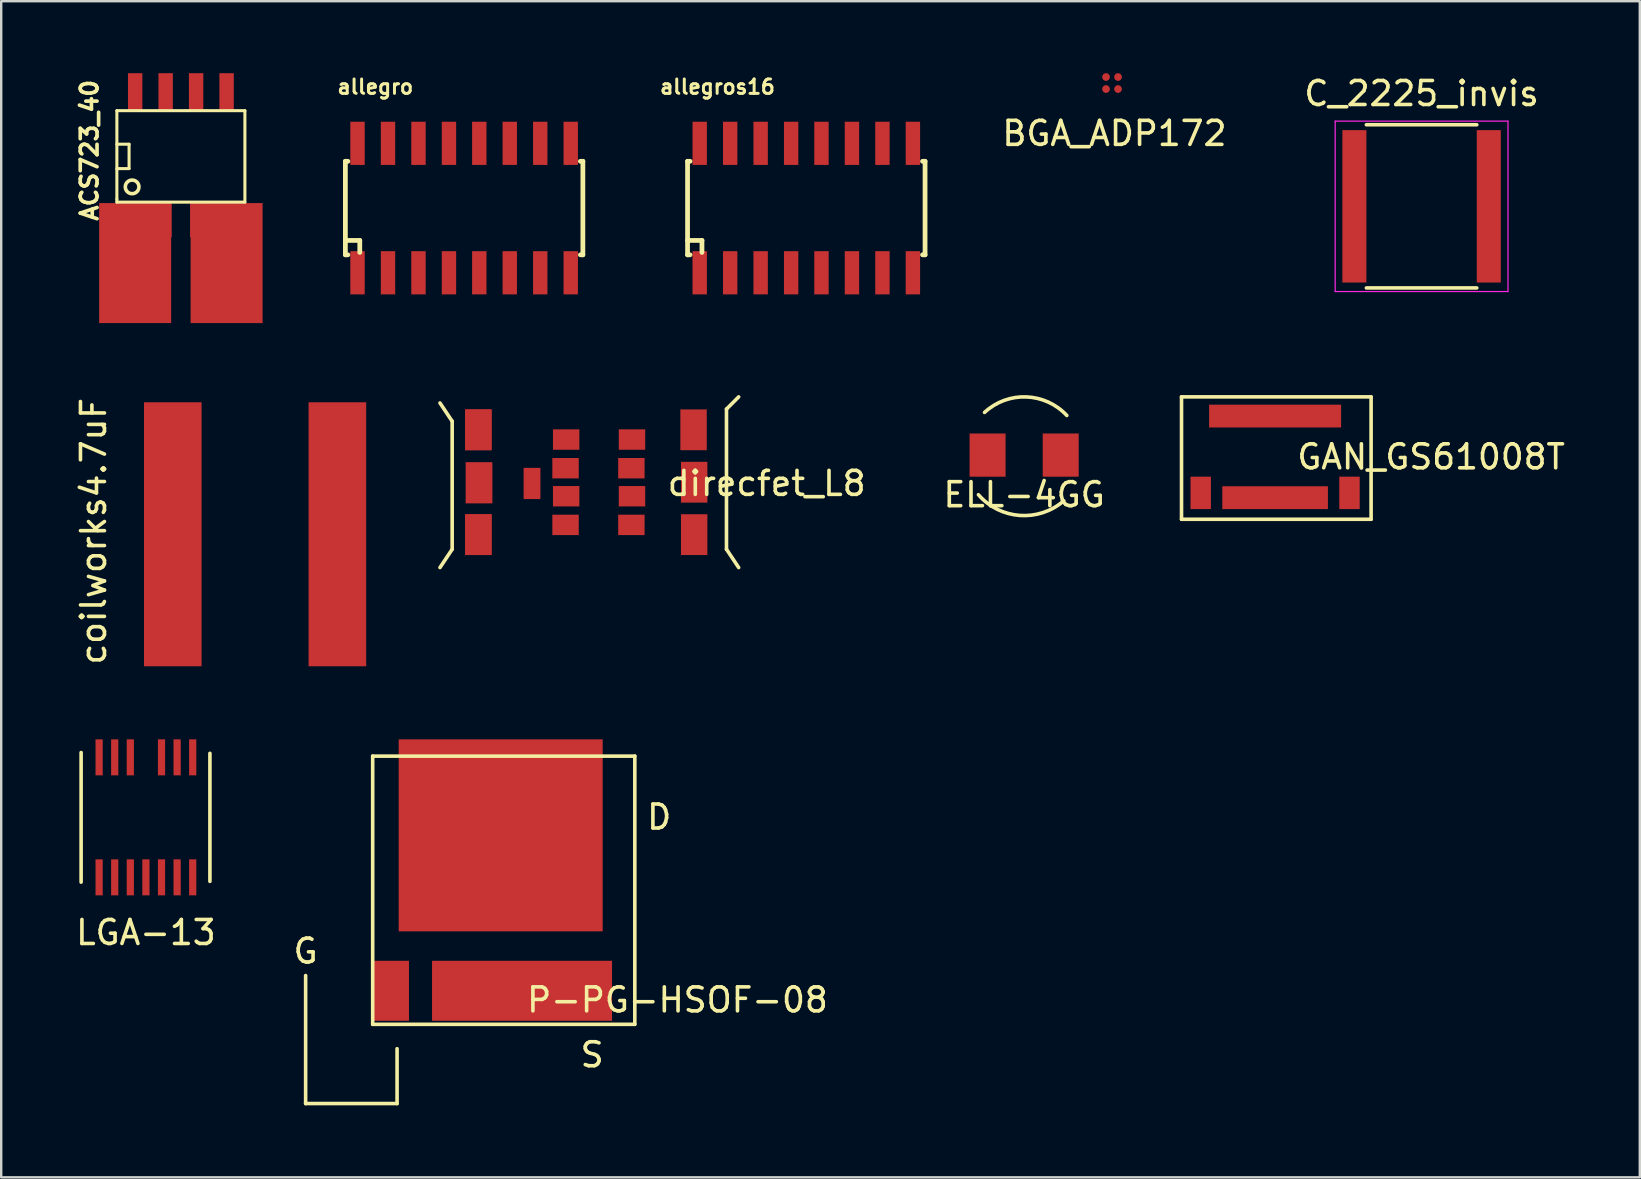
<source format=kicad_pcb>
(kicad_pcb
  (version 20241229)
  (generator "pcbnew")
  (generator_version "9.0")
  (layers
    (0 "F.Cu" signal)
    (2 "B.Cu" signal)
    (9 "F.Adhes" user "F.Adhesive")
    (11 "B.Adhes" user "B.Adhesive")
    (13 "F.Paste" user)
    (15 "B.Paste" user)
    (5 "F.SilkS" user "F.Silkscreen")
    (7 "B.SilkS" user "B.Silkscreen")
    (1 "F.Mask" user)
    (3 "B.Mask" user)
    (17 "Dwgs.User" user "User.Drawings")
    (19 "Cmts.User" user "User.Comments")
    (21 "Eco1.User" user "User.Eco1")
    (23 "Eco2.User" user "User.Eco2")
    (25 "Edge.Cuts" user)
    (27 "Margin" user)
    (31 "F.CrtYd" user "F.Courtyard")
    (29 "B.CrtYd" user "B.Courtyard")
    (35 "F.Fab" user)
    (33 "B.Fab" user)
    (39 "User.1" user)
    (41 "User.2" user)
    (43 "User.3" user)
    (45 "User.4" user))
  (footprint "ACS723_40"
    (layer "F.Cu")
    (at 4.487 3.467)
    (property "Reference" "ACS723_40" (at -3.81 -0.254 90) (layer "F.SilkS") (effects (font (size 0.7 0.7) (thickness 0.152))))
    (attr smd)
    (fp_line (start -2.667 -1.905) (end -2.667 1.778) (stroke (width 0.127) (type solid)) (layer "F.SilkS"))
    (fp_line (start -2.667 -0.508) (end -2.159 -0.508) (stroke (width 0.127) (type solid)) (layer "F.SilkS"))
    (fp_line (start -2.667 1.778) (end -2.667 1.905) (stroke (width 0.127) (type solid)) (layer "F.SilkS"))
    (fp_line (start -2.667 1.905) (end 2.667 1.905) (stroke (width 0.127) (type solid)) (layer "F.SilkS"))
    (fp_line (start -2.159 -0.508) (end -2.159 0.508) (stroke (width 0.127) (type solid)) (layer "F.SilkS"))
    (fp_line (start -2.159 0.508) (end -2.667 0.508) (stroke (width 0.127) (type solid)) (layer "F.SilkS"))
    (fp_line (start 2.667 -1.905) (end -2.667 -1.905) (stroke (width 0.127) (type solid)) (layer "F.SilkS"))
    (fp_line (start 2.667 -1.905) (end 2.667 1.905) (stroke (width 0.127) (type solid)) (layer "F.SilkS"))
    (fp_circle (center -2.032 1.27) (end -1.778 1.143) (stroke (width 0.15) (type solid)) (fill no) (layer "F.SilkS"))
    (pad "1" smd rect (at -1.905 4.445) (size 3 5) (layers "F.Cu" "F.Mask" "F.Paste"))
    (pad "2" smd rect (at -0.635 2.667) (size 0.5 1.4) (layers "F.Cu" "F.Mask" "F.Paste"))
    (pad "3" smd rect (at 0.635 2.667) (size 0.5 1.4) (layers "F.Cu" "F.Mask" "F.Paste"))
    (pad "4" smd rect (at 1.905 4.445) (size 3 5) (layers "F.Cu" "F.Mask" "F.Paste"))
    (pad "5" smd rect (at 1.905 -2.667) (size 0.599 1.6) (layers "F.Cu" "F.Mask" "F.Paste"))
    (pad "6" smd rect (at 0.635 -2.667) (size 0.599 1.6) (layers "F.Cu" "F.Mask" "F.Paste"))
    (pad "7" smd rect (at -0.635 -2.667) (size 0.599 1.6) (layers "F.Cu" "F.Mask" "F.Paste"))
    (pad "8" smd rect (at -1.905 -2.667) (size 0.599 1.6) (layers "F.Cu" "F.Mask" "F.Paste")))
  (footprint "P-PG-HSOF-08"
    (layer "F.Cu")
    (at 17.813 34.043)
    (property "Reference" "P-PG-HSOF-08" (at 7.366 4.572 0) (layer "F.SilkS") (effects (font (size 1 1) (thickness 0.15))))
    (attr through_hole)
    (fp_line (start -8.128 8.89) (end -8.128 3.556) (stroke (width 0.15) (type solid)) (layer "F.SilkS"))
    (fp_line (start -5.334 -5.588) (end 5.588 -5.588) (stroke (width 0.15) (type solid)) (layer "F.SilkS"))
    (fp_line (start -5.334 5.588) (end -5.334 -5.588) (stroke (width 0.15) (type solid)) (layer "F.SilkS"))
    (fp_line (start -4.318 6.604) (end -4.318 8.89) (stroke (width 0.15) (type solid)) (layer "F.SilkS"))
    (fp_line (start -4.318 8.89) (end -8.128 8.89) (stroke (width 0.15) (type solid)) (layer "F.SilkS"))
    (fp_line (start 5.588 -5.588) (end 5.588 5.588) (stroke (width 0.15) (type solid)) (layer "F.SilkS"))
    (fp_line (start 5.588 5.588) (end -5.334 5.588) (stroke (width 0.15) (type solid)) (layer "F.SilkS"))
    (fp_text user "D" (at 6.604 -3.048 0) (layer "F.SilkS") (effects (font (size 1 1) (thickness 0.15))))
    (fp_text user "S" (at 3.81 6.858 0) (layer "F.SilkS") (effects (font (size 1 1) (thickness 0.15))))
    (fp_text user "G" (at -8.128 2.54 0) (layer "F.SilkS") (effects (font (size 1 1) (thickness 0.15))))
    (pad "1" smd rect (at 0 -2.286) (size 8.5 8) (layers "F.Cu" "F.Mask" "F.Paste"))
    (pad "2" smd rect (at 0.889 4.191) (size 7.5 2.5) (layers "F.Cu" "F.Mask" "F.Paste"))
    (pad "3" smd rect (at -4.572 4.191) (size 1.5 2.5) (layers "F.Cu" "F.Mask" "F.Paste")))
  (footprint "C_2225_invis"
    (layer "F.Cu")
    (at 56.184 5.548)
    (property "Reference" "C_2225_invis" (at 0 -4.7 0) (layer "F.SilkS") (effects (font (size 1 1) (thickness 0.15))))
    (attr smd)
    (fp_line (start -2.3 3.4) (end 2.3 3.4) (stroke (width 0.15) (type solid)) (layer "F.SilkS"))
    (fp_line (start 2.3 -3.4) (end -2.3 -3.4) (stroke (width 0.15) (type solid)) (layer "F.SilkS"))
    (fp_line (start -3.6 -3.55) (end -3.6 3.55) (stroke (width 0.05) (type solid)) (layer "F.CrtYd"))
    (fp_line (start -3.6 -3.55) (end 3.6 -3.55) (stroke (width 0.05) (type solid)) (layer "F.CrtYd"))
    (fp_line (start -3.6 3.55) (end 3.6 3.55) (stroke (width 0.05) (type solid)) (layer "F.CrtYd"))
    (fp_line (start 3.6 -3.55) (end 3.6 3.55) (stroke (width 0.05) (type solid)) (layer "F.CrtYd"))
    (pad "1" smd rect (at -2.8 0) (size 1 6.35) (layers "F.Cu" "F.Mask" "F.Paste"))
    (pad "2" smd rect (at 2.8 0) (size 1 6.35) (layers "F.Cu" "F.Mask" "F.Paste")))
  (footprint "LGA-13"
    (layer "F.Cu")
    (at 3.03 31.007)
    (property "Reference" "LGA-13" (at 0 4.8 0) (layer "F.SilkS") (effects (font (size 1 1) (thickness 0.15))))
    (attr through_hole)
    (fp_line (start -2.7 2.7) (end -2.7 -2.7) (stroke (width 0.15) (type solid)) (layer "F.SilkS"))
    (fp_line (start 2.667 -2.667) (end 2.667 2.667) (stroke (width 0.15) (type solid)) (layer "F.SilkS"))
    (pad "1" smd rect (at -1.95 2.5) (size 0.3 1.5) (layers "F.Cu" "F.Mask" "F.Paste"))
    (pad "2" smd rect (at -1.3 2.5) (size 0.3 1.5) (layers "F.Cu" "F.Mask" "F.Paste"))
    (pad "3" smd rect (at -0.65 2.5) (size 0.3 1.5) (layers "F.Cu" "F.Mask" "F.Paste"))
    (pad "4" smd rect (at 0 2.5) (size 0.3 1.5) (layers "F.Cu" "F.Mask" "F.Paste"))
    (pad "5" smd rect (at 0.65 2.5) (size 0.3 1.5) (layers "F.Cu" "F.Mask" "F.Paste"))
    (pad "6" smd rect (at 1.3 2.5) (size 0.3 1.5) (layers "F.Cu" "F.Mask" "F.Paste"))
    (pad "7" smd rect (at 1.95 2.5) (size 0.3 1.5) (layers "F.Cu" "F.Mask" "F.Paste"))
    (pad "8" smd rect (at 1.95 -2.5) (size 0.3 1.5) (layers "F.Cu" "F.Mask" "F.Paste"))
    (pad "9" smd rect (at 1.3 -2.5) (size 0.3 1.5) (layers "F.Cu" "F.Mask" "F.Paste"))
    (pad "10" smd rect (at 0.65 -2.5) (size 0.3 1.5) (layers "F.Cu" "F.Mask" "F.Paste"))
    (pad "11" smd rect (at -0.65 -2.5) (size 0.3 1.5) (layers "F.Cu" "F.Mask" "F.Paste"))
    (pad "12" smd rect (at -1.3 -2.5) (size 0.3 1.5) (layers "F.Cu" "F.Mask" "F.Paste"))
    (pad "13" smd rect (at -1.95 -2.5) (size 0.3 1.5) (layers "F.Cu" "F.Mask" "F.Paste")))
  (footprint "allegro"
    (layer "F.Cu")
    (at 16.289 5.619)
    (property "Reference" "allegro" (at -3.701 -5.05 0) (layer "F.SilkS") (effects (font (size 0.599 0.599) (thickness 0.124))))
    (attr through_hole)
    (fp_line (start -4.948 -1.948) (end -4.948 1.948) (stroke (width 0.198) (type solid)) (layer "F.SilkS"))
    (fp_line (start -4.948 -1.948) (end -4.844 -1.948) (stroke (width 0.198) (type solid)) (layer "F.SilkS"))
    (fp_line (start -4.948 1.349) (end -4.348 1.349) (stroke (width 0.198) (type solid)) (layer "F.SilkS"))
    (fp_line (start -4.948 1.948) (end -4.844 1.948) (stroke (width 0.198) (type solid)) (layer "F.SilkS"))
    (fp_line (start -4.348 1.349) (end -4.348 1.849) (stroke (width 0.198) (type solid)) (layer "F.SilkS"))
    (fp_line (start 4.844 -1.948) (end 4.948 -1.948) (stroke (width 0.198) (type solid)) (layer "F.SilkS"))
    (fp_line (start 4.844 1.948) (end 4.948 1.948) (stroke (width 0.198) (type solid)) (layer "F.SilkS"))
    (fp_line (start 4.948 -1.948) (end 4.948 1.948) (stroke (width 0.198) (type solid)) (layer "F.SilkS"))
    (pad "1" smd rect (at -4.442 2.697 180) (size 0.599 1.8) (layers "F.Cu" "F.Mask" "F.Paste"))
    (pad "2" smd rect (at -3.172 2.697 180) (size 0.599 1.8) (layers "F.Cu" "F.Mask" "F.Paste"))
    (pad "3" smd rect (at -1.902 2.697 180) (size 0.599 1.8) (layers "F.Cu" "F.Mask" "F.Paste"))
    (pad "4" smd rect (at -0.632 2.697 180) (size 0.599 1.8) (layers "F.Cu" "F.Mask" "F.Paste"))
    (pad "5" smd rect (at 0.632 2.697 180) (size 0.599 1.8) (layers "F.Cu" "F.Mask" "F.Paste"))
    (pad "6" smd rect (at 1.902 2.697 180) (size 0.599 1.8) (layers "F.Cu" "F.Mask" "F.Paste"))
    (pad "7" smd rect (at 3.172 2.697 180) (size 0.599 1.8) (layers "F.Cu" "F.Mask" "F.Paste"))
    (pad "8" smd rect (at 4.442 2.697 180) (size 0.599 1.8) (layers "F.Cu" "F.Mask" "F.Paste"))
    (pad "9" smd rect (at 4.442 -2.697) (size 0.599 1.8) (layers "F.Cu" "F.Mask" "F.Paste"))
    (pad "10" smd rect (at 3.172 -2.697) (size 0.599 1.8) (layers "F.Cu" "F.Mask" "F.Paste"))
    (pad "11" smd rect (at 1.902 -2.697) (size 0.599 1.8) (layers "F.Cu" "F.Mask" "F.Paste"))
    (pad "12" smd rect (at 0.632 -2.697) (size 0.599 1.8) (layers "F.Cu" "F.Mask" "F.Paste"))
    (pad "13" smd rect (at -0.632 -2.697) (size 0.599 1.8) (layers "F.Cu" "F.Mask" "F.Paste"))
    (pad "14" smd rect (at -1.902 -2.697) (size 0.599 1.8) (layers "F.Cu" "F.Mask" "F.Paste"))
    (pad "15" smd rect (at -3.172 -2.697) (size 0.599 1.8) (layers "F.Cu" "F.Mask" "F.Paste"))
    (pad "16" smd rect (at -4.442 -2.697) (size 0.599 1.8) (layers "F.Cu" "F.Mask" "F.Paste")))
  (footprint "coilworks4.7uF"
    (layer "F.Cu")
    (at 7.579 19.212)
    (property "Reference" "coilworks4.7uF" (at -6.731 -0.127 90) (layer "F.SilkS") (effects (font (size 1 1) (thickness 0.15))))
    (attr through_hole)
    (pad "1" smd rect (at 3.429 0) (size 2.4 11) (layers "F.Cu" "F.Mask" "F.Paste"))
    (pad "2" smd rect (at -3.429 0) (size 2.4 11) (layers "F.Cu" "F.Mask" "F.Paste")))
  (footprint "allegros16"
    (layer "F.Cu")
    (at 30.547 5.619)
    (property "Reference" "allegros16" (at -3.701 -5.05 0) (layer "F.SilkS") (effects (font (size 0.599 0.599) (thickness 0.124))))
    (attr through_hole)
    (fp_line (start -4.948 -1.948) (end -4.948 1.948) (stroke (width 0.198) (type solid)) (layer "F.SilkS"))
    (fp_line (start -4.948 -1.948) (end -4.844 -1.948) (stroke (width 0.198) (type solid)) (layer "F.SilkS"))
    (fp_line (start -4.948 1.349) (end -4.348 1.349) (stroke (width 0.198) (type solid)) (layer "F.SilkS"))
    (fp_line (start -4.948 1.948) (end -4.844 1.948) (stroke (width 0.198) (type solid)) (layer "F.SilkS"))
    (fp_line (start -4.348 1.349) (end -4.348 1.849) (stroke (width 0.198) (type solid)) (layer "F.SilkS"))
    (fp_line (start 4.844 -1.948) (end 4.948 -1.948) (stroke (width 0.198) (type solid)) (layer "F.SilkS"))
    (fp_line (start 4.844 1.948) (end 4.948 1.948) (stroke (width 0.198) (type solid)) (layer "F.SilkS"))
    (fp_line (start 4.948 -1.948) (end 4.948 1.948) (stroke (width 0.198) (type solid)) (layer "F.SilkS"))
    (pad "1" smd rect (at -4.442 2.697 180) (size 0.599 1.8) (layers "F.Cu" "F.Mask" "F.Paste"))
    (pad "2" smd rect (at -3.172 2.697 180) (size 0.599 1.8) (layers "F.Cu" "F.Mask" "F.Paste"))
    (pad "3" smd rect (at -1.902 2.697 180) (size 0.599 1.8) (layers "F.Cu" "F.Mask" "F.Paste"))
    (pad "4" smd rect (at -0.632 2.697 180) (size 0.599 1.8) (layers "F.Cu" "F.Mask" "F.Paste"))
    (pad "5" smd rect (at 0.632 2.697 180) (size 0.599 1.8) (layers "F.Cu" "F.Mask" "F.Paste"))
    (pad "6" smd rect (at 1.902 2.697 180) (size 0.599 1.8) (layers "F.Cu" "F.Mask" "F.Paste"))
    (pad "7" smd rect (at 3.172 2.697 180) (size 0.599 1.8) (layers "F.Cu" "F.Mask" "F.Paste"))
    (pad "8" smd rect (at 4.442 2.697 180) (size 0.599 1.8) (layers "F.Cu" "F.Mask" "F.Paste"))
    (pad "9" smd rect (at 4.442 -2.697) (size 0.599 1.8) (layers "F.Cu" "F.Mask" "F.Paste"))
    (pad "10" smd rect (at 3.172 -2.697) (size 0.599 1.8) (layers "F.Cu" "F.Mask" "F.Paste"))
    (pad "11" smd rect (at 1.902 -2.697) (size 0.599 1.8) (layers "F.Cu" "F.Mask" "F.Paste"))
    (pad "12" smd rect (at 0.632 -2.697) (size 0.599 1.8) (layers "F.Cu" "F.Mask" "F.Paste"))
    (pad "13" smd rect (at -0.632 -2.697) (size 0.599 1.8) (layers "F.Cu" "F.Mask" "F.Paste"))
    (pad "14" smd rect (at -1.902 -2.697) (size 0.599 1.8) (layers "F.Cu" "F.Mask" "F.Paste"))
    (pad "15" smd rect (at -3.172 -2.697) (size 0.599 1.8) (layers "F.Cu" "F.Mask" "F.Paste"))
    (pad "16" smd rect (at -4.442 -2.697) (size 0.599 1.8) (layers "F.Cu" "F.Mask" "F.Paste")))
  (footprint "direcfet_L8"
    (layer "F.Cu")
    (at 21.379 17.043)
    (property "Reference" "direcfet_L8" (at 7.518 0.051 0) (layer "F.SilkS") (effects (font (size 1 1) (thickness 0.15))))
    (attr through_hole)
    (fp_line (start -6.096 -3.302) (end -5.588 -2.54) (stroke (width 0.15) (type solid)) (layer "F.SilkS"))
    (fp_line (start -5.588 -2.54) (end -5.588 2.794) (stroke (width 0.15) (type solid)) (layer "F.SilkS"))
    (fp_line (start -5.588 2.794) (end -6.096 3.556) (stroke (width 0.15) (type solid)) (layer "F.SilkS"))
    (fp_line (start 5.842 -3.048) (end 6.35 -3.556) (stroke (width 0.15) (type solid)) (layer "F.SilkS"))
    (fp_line (start 5.842 2.794) (end 5.842 -3.048) (stroke (width 0.15) (type solid)) (layer "F.SilkS"))
    (fp_line (start 6.35 3.556) (end 5.842 2.794) (stroke (width 0.15) (type solid)) (layer "F.SilkS"))
    (pad "D" smd rect (at -4.496 -2.184) (size 1.1 1.7) (layers "F.Cu" "F.Mask" "F.Paste"))
    (pad "D" smd rect (at -4.496 -2.184) (size 1.1 1.7) (layers "F.Cu" "F.Mask" "F.Paste"))
    (pad "D" smd rect (at -4.496 2.184) (size 1.1 1.7) (layers "F.Cu" "F.Mask" "F.Paste"))
    (pad "D" smd rect (at -4.496 2.184) (size 1.1 1.7) (layers "F.Cu" "F.Mask" "F.Paste"))
    (pad "D" smd rect (at -4.47 0.025) (size 1.1 1.7) (layers "F.Cu" "F.Mask" "F.Paste"))
    (pad "D" smd rect (at -4.47 0.025) (size 1.1 1.7) (layers "F.Cu" "F.Mask" "F.Paste"))
    (pad "D" smd rect (at 4.47 -2.184) (size 1.1 1.7) (layers "F.Cu" "F.Mask" "F.Paste"))
    (pad "D" smd rect (at 4.496 0) (size 1.1 1.7) (layers "F.Cu" "F.Mask" "F.Paste"))
    (pad "D" smd rect (at 4.496 2.184) (size 1.1 1.7) (layers "F.Cu" "F.Mask" "F.Paste"))
    (pad "G" smd rect (at -2.261 0.051) (size 0.7 1.3) (layers "F.Cu" "F.Mask" "F.Paste"))
    (pad "S" smd rect (at -0.864 -0.584) (size 1.1 0.85) (layers "F.Cu" "F.Mask" "F.Paste"))
    (pad "S" smd rect (at -0.864 1.778) (size 1.1 0.85) (layers "F.Cu" "F.Mask" "F.Paste"))
    (pad "S" smd rect (at -0.838 -1.778) (size 1.1 0.85) (layers "F.Cu" "F.Mask" "F.Paste"))
    (pad "S" smd rect (at -0.838 0.584) (size 1.1 0.85) (layers "F.Cu" "F.Mask" "F.Paste"))
    (pad "S" smd rect (at 1.88 -0.584) (size 1.1 0.85) (layers "F.Cu" "F.Mask" "F.Paste"))
    (pad "S" smd rect (at 1.88 1.778) (size 1.1 0.85) (layers "F.Cu" "F.Mask" "F.Paste"))
    (pad "S" smd rect (at 1.905 -1.778) (size 1.1 0.85) (layers "F.Cu" "F.Mask" "F.Paste"))
    (pad "S" smd rect (at 1.905 0.584) (size 1.1 0.85) (layers "F.Cu" "F.Mask" "F.Paste")))
  (footprint "GAN_GS61008T"
    (layer "F.Cu")
    (at 50.081 15.987)
    (property "Reference" "GAN_GS61008T" (at 6.5 0 0) (layer "F.SilkS") (effects (font (size 1 1) (thickness 0.15))))
    (attr through_hole)
    (fp_line (start -3.9 -2.5) (end 4 -2.5) (stroke (width 0.15) (type solid)) (layer "F.SilkS"))
    (fp_line (start -3.9 2.6) (end -3.9 -2.5) (stroke (width 0.15) (type solid)) (layer "F.SilkS"))
    (fp_line (start 4 -2.5) (end 4 2.6) (stroke (width 0.15) (type solid)) (layer "F.SilkS"))
    (fp_line (start 4 2.6) (end -3.9 2.6) (stroke (width 0.15) (type solid)) (layer "F.SilkS"))
    (pad "1" smd rect (at 0 -1.7) (size 5.5 0.95) (layers "F.Cu" "F.Mask" "F.Paste"))
    (pad "2" smd rect (at 0 1.7) (size 4.4 0.95) (layers "F.Cu" "F.Mask" "F.Paste"))
    (pad "3" smd rect (at -3.1 1.5) (size 0.85 1.35) (layers "F.Cu" "F.Mask" "F.Paste"))
    (pad "3" smd rect (at 3.1 1.5) (size 0.85 1.35) (layers "F.Cu" "F.Mask" "F.Paste")))
  (footprint "BGA_ADP172"
    (layer "F.Cu")
    (at 43.286 0.41)
    (property "Reference" "BGA_ADP172" (at 0.1 2.1 0) (layer "F.SilkS") (effects (font (size 1 1) (thickness 0.15))))
    (attr through_hole)
    (pad "1" smd circle (at -0.25 0.25) (size 0.32 0.32) (layers "F.Cu" "F.Mask" "F.Paste"))
    (pad "2" smd circle (at 0.25 0.25) (size 0.32 0.32) (layers "F.Cu" "F.Mask" "F.Paste"))
    (pad "3" smd circle (at 0.25 -0.25) (size 0.32 0.32) (layers "F.Cu" "F.Mask" "F.Paste"))
    (pad "4" smd circle (at -0.25 -0.25) (size 0.32 0.32) (layers "F.Cu" "F.Mask" "F.Paste")))
  (footprint "ELL-4GG"
    (layer "F.Cu")
    (at 39.624 15.913)
    (property "Reference" "ELL-4GG" (at 0 1.651 0) (layer "F.SilkS") (effects (font (size 1 1) (thickness 0.15))))
    (attr through_hole)
    (fp_arc (start -1.651 -1.778) (mid 0.089803 -2.424669) (end 1.778 -1.651) (stroke (width 0.15) (type solid)) (layer "F.SilkS"))
    (fp_arc (start 1.651 1.905) (mid -0.179605 2.514472) (end -1.905 1.651) (stroke (width 0.15) (type solid)) (layer "F.SilkS"))
    (pad "1" smd rect (at 1.524 0) (size 1.5 1.8) (layers "F.Cu" "F.Mask" "F.Paste"))
    (pad "2" smd rect (at -1.524 0) (size 1.5 1.8) (layers "F.Cu" "F.Mask" "F.Paste")))
  (gr_rect
    (start -3 -3)
    (end 65.277 46.008)
    (stroke (width 0.1) (type default))
    (fill no)
    (layer "Edge.Cuts")))
</source>
